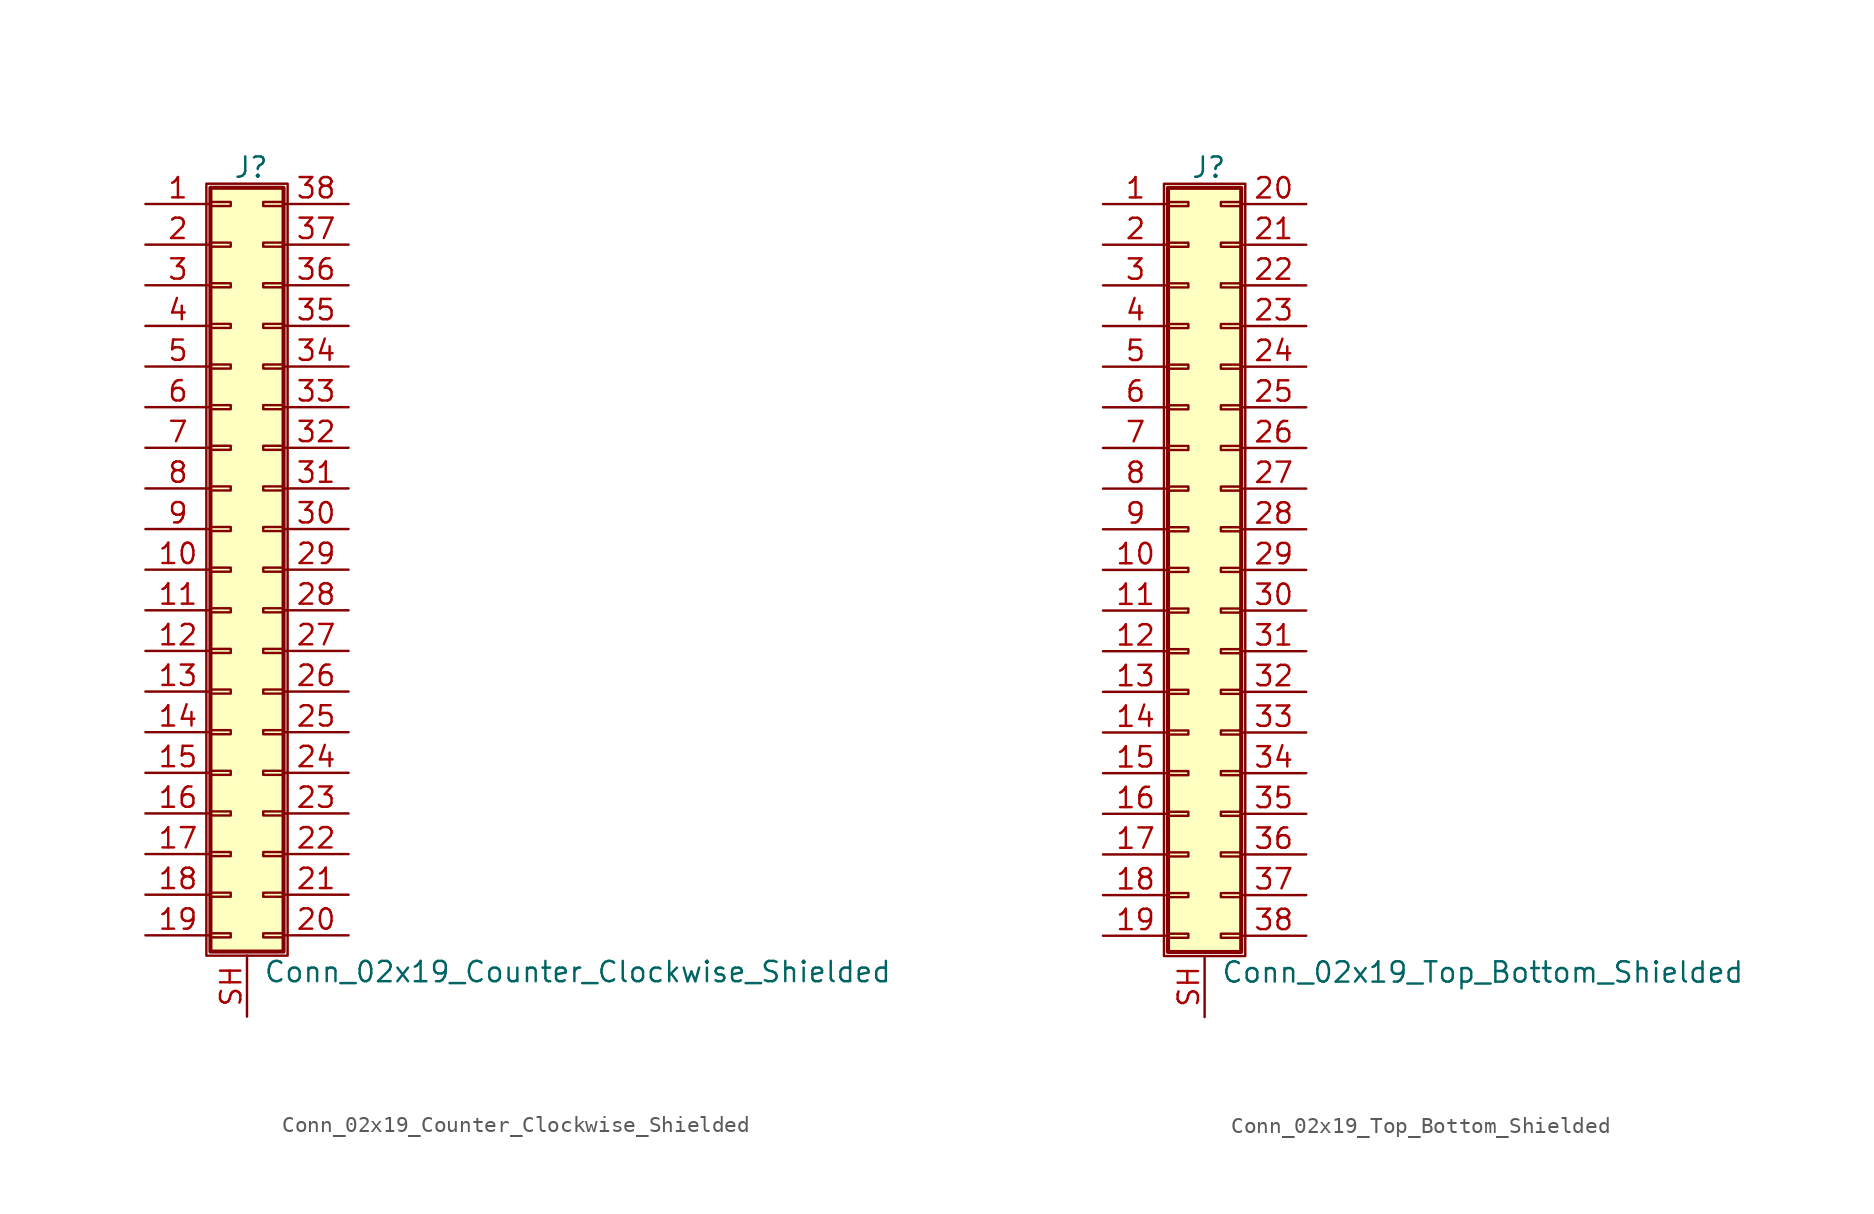
<source format=kicad_sym>
(kicad_symbol_lib
  (version 20201005)
  (generator kicad_symbol_editor)
  (symbol "Connector_Generic_Shielded:Conn_02x19_Counter_Clockwise_Shielded"
    (pin_names
      (offset 1.016) hide)
    (property "Reference" "J"
      (at 1.524 25.146 0)
      (effects (font (size 1.27 1.27))))
    (property "Value" "Conn_02x19_Counter_Clockwise_Shielded"
      (at 2.286 -25.146 0)
      (effects (font (size 1.27 1.27)) (justify left)))
    (symbol "Conn_02x19_Counter_Clockwise_Shielded_1_1"
      (rectangle (start -1.016 -4.953) (end 0.254 -5.207) (stroke (width 0.152)) (fill (type none)))
      (rectangle (start -1.016 -7.493) (end 0.254 -7.747) (stroke (width 0.152)) (fill (type none)))
      (rectangle (start -1.016 -10.033) (end 0.254 -10.287) (stroke (width 0.152)) (fill (type none)))
      (rectangle (start -1.016 -12.573) (end 0.254 -12.827) (stroke (width 0.152)) (fill (type none)))
      (rectangle (start -1.016 -15.113) (end 0.254 -15.367) (stroke (width 0.152)) (fill (type none)))
      (rectangle (start -1.016 -17.653) (end 0.254 -17.907) (stroke (width 0.152)) (fill (type none)))
      (rectangle (start -1.016 -20.193) (end 0.254 -20.447) (stroke (width 0.152)) (fill (type none)))
      (rectangle (start -1.016 -22.733) (end 0.254 -22.987) (stroke (width 0.152)) (fill (type none)))
      (rectangle (start -1.016 -2.413) (end 0.254 -2.667) (stroke (width 0.152)) (fill (type none)))
      (rectangle (start -1.016 2.667) (end 0.254 2.413) (stroke (width 0.152)) (fill (type none)))
      (rectangle (start -1.016 5.207) (end 0.254 4.953) (stroke (width 0.152)) (fill (type none)))
      (rectangle (start -1.016 7.747) (end 0.254 7.493) (stroke (width 0.152)) (fill (type none)))
      (rectangle (start -1.016 10.287) (end 0.254 10.033) (stroke (width 0.152)) (fill (type none)))
      (rectangle (start -1.016 0.127) (end 0.254 -0.127) (stroke (width 0.152)) (fill (type none)))
      (rectangle (start -1.016 12.827) (end 0.254 12.573) (stroke (width 0.152)) (fill (type none)))
      (rectangle (start -1.016 15.367) (end 0.254 15.113) (stroke (width 0.152)) (fill (type none)))
      (rectangle (start -1.016 17.907) (end 0.254 17.653) (stroke (width 0.152)) (fill (type none)))
      (rectangle (start -1.016 20.447) (end 0.254 20.193) (stroke (width 0.152)) (fill (type none)))
      (rectangle (start -1.016 22.987) (end 0.254 22.733) (stroke (width 0.152)) (fill (type none)))
      (rectangle (start -1.016 23.876) (end 3.556 -23.876) (stroke (width 0.254)) (fill (type background)))
      (rectangle (start -1.27 24.13) (end 3.81 -24.13) (stroke (width 0.152)) (fill (type none)))
      (rectangle (start 3.556 -4.953) (end 2.286 -5.207) (stroke (width 0.152)) (fill (type none)))
      (rectangle (start 3.556 -7.493) (end 2.286 -7.747) (stroke (width 0.152)) (fill (type none)))
      (rectangle (start 3.556 -10.033) (end 2.286 -10.287) (stroke (width 0.152)) (fill (type none)))
      (rectangle (start 3.556 -12.573) (end 2.286 -12.827) (stroke (width 0.152)) (fill (type none)))
      (rectangle (start 3.556 -15.113) (end 2.286 -15.367) (stroke (width 0.152)) (fill (type none)))
      (rectangle (start 3.556 -17.653) (end 2.286 -17.907) (stroke (width 0.152)) (fill (type none)))
      (rectangle (start 3.556 -20.193) (end 2.286 -20.447) (stroke (width 0.152)) (fill (type none)))
      (rectangle (start 3.556 -22.733) (end 2.286 -22.987) (stroke (width 0.152)) (fill (type none)))
      (rectangle (start 3.556 -2.413) (end 2.286 -2.667) (stroke (width 0.152)) (fill (type none)))
      (rectangle (start 3.556 2.667) (end 2.286 2.413) (stroke (width 0.152)) (fill (type none)))
      (rectangle (start 3.556 5.207) (end 2.286 4.953) (stroke (width 0.152)) (fill (type none)))
      (rectangle (start 3.556 7.747) (end 2.286 7.493) (stroke (width 0.152)) (fill (type none)))
      (rectangle (start 3.556 10.287) (end 2.286 10.033) (stroke (width 0.152)) (fill (type none)))
      (rectangle (start 3.556 0.127) (end 2.286 -0.127) (stroke (width 0.152)) (fill (type none)))
      (rectangle (start 3.556 12.827) (end 2.286 12.573) (stroke (width 0.152)) (fill (type none)))
      (rectangle (start 3.556 15.367) (end 2.286 15.113) (stroke (width 0.152)) (fill (type none)))
      (rectangle (start 3.556 17.907) (end 2.286 17.653) (stroke (width 0.152)) (fill (type none)))
      (rectangle (start 3.556 20.447) (end 2.286 20.193) (stroke (width 0.152)) (fill (type none)))
      (rectangle (start 3.556 22.987) (end 2.286 22.733) (stroke (width 0.152)) (fill (type none)))
      (pin passive line (at -5.08 22.86 0) (length 4.064) (name "Pin_1" (effects (font (size 1.27 1.27)))) (number "1" (effects (font (size 1.27 1.27)))))
      (pin passive line (at -5.08 0 0) (length 4.064) (name "Pin_10" (effects (font (size 1.27 1.27)))) (number "10" (effects (font (size 1.27 1.27)))))
      (pin passive line (at -5.08 -2.54 0) (length 4.064) (name "Pin_11" (effects (font (size 1.27 1.27)))) (number "11" (effects (font (size 1.27 1.27)))))
      (pin passive line (at -5.08 -5.08 0) (length 4.064) (name "Pin_12" (effects (font (size 1.27 1.27)))) (number "12" (effects (font (size 1.27 1.27)))))
      (pin passive line (at -5.08 -7.62 0) (length 4.064) (name "Pin_13" (effects (font (size 1.27 1.27)))) (number "13" (effects (font (size 1.27 1.27)))))
      (pin passive line (at -5.08 -10.16 0) (length 4.064) (name "Pin_14" (effects (font (size 1.27 1.27)))) (number "14" (effects (font (size 1.27 1.27)))))
      (pin passive line (at -5.08 -12.7 0) (length 4.064) (name "Pin_15" (effects (font (size 1.27 1.27)))) (number "15" (effects (font (size 1.27 1.27)))))
      (pin passive line (at -5.08 -15.24 0) (length 4.064) (name "Pin_16" (effects (font (size 1.27 1.27)))) (number "16" (effects (font (size 1.27 1.27)))))
      (pin passive line (at -5.08 -17.78 0) (length 4.064) (name "Pin_17" (effects (font (size 1.27 1.27)))) (number "17" (effects (font (size 1.27 1.27)))))
      (pin passive line (at -5.08 -20.32 0) (length 4.064) (name "Pin_18" (effects (font (size 1.27 1.27)))) (number "18" (effects (font (size 1.27 1.27)))))
      (pin passive line (at -5.08 -22.86 0) (length 4.064) (name "Pin_19" (effects (font (size 1.27 1.27)))) (number "19" (effects (font (size 1.27 1.27)))))
      (pin passive line (at -5.08 20.32 0) (length 4.064) (name "Pin_2" (effects (font (size 1.27 1.27)))) (number "2" (effects (font (size 1.27 1.27)))))
      (pin passive line (at 7.62 -22.86 180) (length 4.064) (name "Pin_20" (effects (font (size 1.27 1.27)))) (number "20" (effects (font (size 1.27 1.27)))))
      (pin passive line (at 7.62 -20.32 180) (length 4.064) (name "Pin_21" (effects (font (size 1.27 1.27)))) (number "21" (effects (font (size 1.27 1.27)))))
      (pin passive line (at 7.62 -17.78 180) (length 4.064) (name "Pin_22" (effects (font (size 1.27 1.27)))) (number "22" (effects (font (size 1.27 1.27)))))
      (pin passive line (at 7.62 -15.24 180) (length 4.064) (name "Pin_23" (effects (font (size 1.27 1.27)))) (number "23" (effects (font (size 1.27 1.27)))))
      (pin passive line (at 7.62 -12.7 180) (length 4.064) (name "Pin_24" (effects (font (size 1.27 1.27)))) (number "24" (effects (font (size 1.27 1.27)))))
      (pin passive line (at 7.62 -10.16 180) (length 4.064) (name "Pin_25" (effects (font (size 1.27 1.27)))) (number "25" (effects (font (size 1.27 1.27)))))
      (pin passive line (at 7.62 -7.62 180) (length 4.064) (name "Pin_26" (effects (font (size 1.27 1.27)))) (number "26" (effects (font (size 1.27 1.27)))))
      (pin passive line (at 7.62 -5.08 180) (length 4.064) (name "Pin_27" (effects (font (size 1.27 1.27)))) (number "27" (effects (font (size 1.27 1.27)))))
      (pin passive line (at 7.62 -2.54 180) (length 4.064) (name "Pin_28" (effects (font (size 1.27 1.27)))) (number "28" (effects (font (size 1.27 1.27)))))
      (pin passive line (at 7.62 0 180) (length 4.064) (name "Pin_29" (effects (font (size 1.27 1.27)))) (number "29" (effects (font (size 1.27 1.27)))))
      (pin passive line (at -5.08 17.78 0) (length 4.064) (name "Pin_3" (effects (font (size 1.27 1.27)))) (number "3" (effects (font (size 1.27 1.27)))))
      (pin passive line (at 7.62 2.54 180) (length 4.064) (name "Pin_30" (effects (font (size 1.27 1.27)))) (number "30" (effects (font (size 1.27 1.27)))))
      (pin passive line (at 7.62 5.08 180) (length 4.064) (name "Pin_31" (effects (font (size 1.27 1.27)))) (number "31" (effects (font (size 1.27 1.27)))))
      (pin passive line (at 7.62 7.62 180) (length 4.064) (name "Pin_32" (effects (font (size 1.27 1.27)))) (number "32" (effects (font (size 1.27 1.27)))))
      (pin passive line (at 7.62 10.16 180) (length 4.064) (name "Pin_33" (effects (font (size 1.27 1.27)))) (number "33" (effects (font (size 1.27 1.27)))))
      (pin passive line (at 7.62 12.7 180) (length 4.064) (name "Pin_34" (effects (font (size 1.27 1.27)))) (number "34" (effects (font (size 1.27 1.27)))))
      (pin passive line (at 7.62 15.24 180) (length 4.064) (name "Pin_35" (effects (font (size 1.27 1.27)))) (number "35" (effects (font (size 1.27 1.27)))))
      (pin passive line (at 7.62 17.78 180) (length 4.064) (name "Pin_36" (effects (font (size 1.27 1.27)))) (number "36" (effects (font (size 1.27 1.27)))))
      (pin passive line (at 7.62 20.32 180) (length 4.064) (name "Pin_37" (effects (font (size 1.27 1.27)))) (number "37" (effects (font (size 1.27 1.27)))))
      (pin passive line (at 7.62 22.86 180) (length 4.064) (name "Pin_38" (effects (font (size 1.27 1.27)))) (number "38" (effects (font (size 1.27 1.27)))))
      (pin passive line (at -5.08 15.24 0) (length 4.064) (name "Pin_4" (effects (font (size 1.27 1.27)))) (number "4" (effects (font (size 1.27 1.27)))))
      (pin passive line (at -5.08 12.7 0) (length 4.064) (name "Pin_5" (effects (font (size 1.27 1.27)))) (number "5" (effects (font (size 1.27 1.27)))))
      (pin passive line (at -5.08 10.16 0) (length 4.064) (name "Pin_6" (effects (font (size 1.27 1.27)))) (number "6" (effects (font (size 1.27 1.27)))))
      (pin passive line (at -5.08 7.62 0) (length 4.064) (name "Pin_7" (effects (font (size 1.27 1.27)))) (number "7" (effects (font (size 1.27 1.27)))))
      (pin passive line (at -5.08 5.08 0) (length 4.064) (name "Pin_8" (effects (font (size 1.27 1.27)))) (number "8" (effects (font (size 1.27 1.27)))))
      (pin passive line (at -5.08 2.54 0) (length 4.064) (name "Pin_9" (effects (font (size 1.27 1.27)))) (number "9" (effects (font (size 1.27 1.27)))))
      (pin passive line (at 1.27 -27.94 90) (length 3.81) (name "Shield" (effects (font (size 1.27 1.27)))) (number "SH" (effects (font (size 1.27 1.27)))))))
  (symbol "Connector_Generic_Shielded:Conn_02x19_Top_Bottom_Shielded"
    (pin_names
      (offset 1.016) hide)
    (property "Reference" "J"
      (at 1.524 25.146 0)
      (effects (font (size 1.27 1.27))))
    (property "Value" "Conn_02x19_Top_Bottom_Shielded"
      (at 2.286 -25.146 0)
      (effects (font (size 1.27 1.27)) (justify left)))
    (symbol "Conn_02x19_Top_Bottom_Shielded_1_1"
      (rectangle (start -1.016 -4.953) (end 0.254 -5.207) (stroke (width 0.152)) (fill (type none)))
      (rectangle (start -1.016 -7.493) (end 0.254 -7.747) (stroke (width 0.152)) (fill (type none)))
      (rectangle (start -1.016 -10.033) (end 0.254 -10.287) (stroke (width 0.152)) (fill (type none)))
      (rectangle (start -1.016 -12.573) (end 0.254 -12.827) (stroke (width 0.152)) (fill (type none)))
      (rectangle (start -1.016 -15.113) (end 0.254 -15.367) (stroke (width 0.152)) (fill (type none)))
      (rectangle (start -1.016 -17.653) (end 0.254 -17.907) (stroke (width 0.152)) (fill (type none)))
      (rectangle (start -1.016 -20.193) (end 0.254 -20.447) (stroke (width 0.152)) (fill (type none)))
      (rectangle (start -1.016 -22.733) (end 0.254 -22.987) (stroke (width 0.152)) (fill (type none)))
      (rectangle (start -1.016 -2.413) (end 0.254 -2.667) (stroke (width 0.152)) (fill (type none)))
      (rectangle (start -1.016 2.667) (end 0.254 2.413) (stroke (width 0.152)) (fill (type none)))
      (rectangle (start -1.016 5.207) (end 0.254 4.953) (stroke (width 0.152)) (fill (type none)))
      (rectangle (start -1.016 7.747) (end 0.254 7.493) (stroke (width 0.152)) (fill (type none)))
      (rectangle (start -1.016 10.287) (end 0.254 10.033) (stroke (width 0.152)) (fill (type none)))
      (rectangle (start -1.016 0.127) (end 0.254 -0.127) (stroke (width 0.152)) (fill (type none)))
      (rectangle (start -1.016 12.827) (end 0.254 12.573) (stroke (width 0.152)) (fill (type none)))
      (rectangle (start -1.016 15.367) (end 0.254 15.113) (stroke (width 0.152)) (fill (type none)))
      (rectangle (start -1.016 17.907) (end 0.254 17.653) (stroke (width 0.152)) (fill (type none)))
      (rectangle (start -1.016 20.447) (end 0.254 20.193) (stroke (width 0.152)) (fill (type none)))
      (rectangle (start -1.016 22.987) (end 0.254 22.733) (stroke (width 0.152)) (fill (type none)))
      (rectangle (start -1.016 23.876) (end 3.556 -23.876) (stroke (width 0.254)) (fill (type background)))
      (rectangle (start -1.27 24.13) (end 3.81 -24.13) (stroke (width 0.152)) (fill (type none)))
      (rectangle (start 3.556 -4.953) (end 2.286 -5.207) (stroke (width 0.152)) (fill (type none)))
      (rectangle (start 3.556 -7.493) (end 2.286 -7.747) (stroke (width 0.152)) (fill (type none)))
      (rectangle (start 3.556 -10.033) (end 2.286 -10.287) (stroke (width 0.152)) (fill (type none)))
      (rectangle (start 3.556 -12.573) (end 2.286 -12.827) (stroke (width 0.152)) (fill (type none)))
      (rectangle (start 3.556 -15.113) (end 2.286 -15.367) (stroke (width 0.152)) (fill (type none)))
      (rectangle (start 3.556 -17.653) (end 2.286 -17.907) (stroke (width 0.152)) (fill (type none)))
      (rectangle (start 3.556 -20.193) (end 2.286 -20.447) (stroke (width 0.152)) (fill (type none)))
      (rectangle (start 3.556 -22.733) (end 2.286 -22.987) (stroke (width 0.152)) (fill (type none)))
      (rectangle (start 3.556 -2.413) (end 2.286 -2.667) (stroke (width 0.152)) (fill (type none)))
      (rectangle (start 3.556 2.667) (end 2.286 2.413) (stroke (width 0.152)) (fill (type none)))
      (rectangle (start 3.556 5.207) (end 2.286 4.953) (stroke (width 0.152)) (fill (type none)))
      (rectangle (start 3.556 7.747) (end 2.286 7.493) (stroke (width 0.152)) (fill (type none)))
      (rectangle (start 3.556 10.287) (end 2.286 10.033) (stroke (width 0.152)) (fill (type none)))
      (rectangle (start 3.556 0.127) (end 2.286 -0.127) (stroke (width 0.152)) (fill (type none)))
      (rectangle (start 3.556 12.827) (end 2.286 12.573) (stroke (width 0.152)) (fill (type none)))
      (rectangle (start 3.556 15.367) (end 2.286 15.113) (stroke (width 0.152)) (fill (type none)))
      (rectangle (start 3.556 17.907) (end 2.286 17.653) (stroke (width 0.152)) (fill (type none)))
      (rectangle (start 3.556 20.447) (end 2.286 20.193) (stroke (width 0.152)) (fill (type none)))
      (rectangle (start 3.556 22.987) (end 2.286 22.733) (stroke (width 0.152)) (fill (type none)))
      (pin passive line (at -5.08 22.86 0) (length 4.064) (name "Pin_1" (effects (font (size 1.27 1.27)))) (number "1" (effects (font (size 1.27 1.27)))))
      (pin passive line (at -5.08 0 0) (length 4.064) (name "Pin_10" (effects (font (size 1.27 1.27)))) (number "10" (effects (font (size 1.27 1.27)))))
      (pin passive line (at -5.08 -2.54 0) (length 4.064) (name "Pin_11" (effects (font (size 1.27 1.27)))) (number "11" (effects (font (size 1.27 1.27)))))
      (pin passive line (at -5.08 -5.08 0) (length 4.064) (name "Pin_12" (effects (font (size 1.27 1.27)))) (number "12" (effects (font (size 1.27 1.27)))))
      (pin passive line (at -5.08 -7.62 0) (length 4.064) (name "Pin_13" (effects (font (size 1.27 1.27)))) (number "13" (effects (font (size 1.27 1.27)))))
      (pin passive line (at -5.08 -10.16 0) (length 4.064) (name "Pin_14" (effects (font (size 1.27 1.27)))) (number "14" (effects (font (size 1.27 1.27)))))
      (pin passive line (at -5.08 -12.7 0) (length 4.064) (name "Pin_15" (effects (font (size 1.27 1.27)))) (number "15" (effects (font (size 1.27 1.27)))))
      (pin passive line (at -5.08 -15.24 0) (length 4.064) (name "Pin_16" (effects (font (size 1.27 1.27)))) (number "16" (effects (font (size 1.27 1.27)))))
      (pin passive line (at -5.08 -17.78 0) (length 4.064) (name "Pin_17" (effects (font (size 1.27 1.27)))) (number "17" (effects (font (size 1.27 1.27)))))
      (pin passive line (at -5.08 -20.32 0) (length 4.064) (name "Pin_18" (effects (font (size 1.27 1.27)))) (number "18" (effects (font (size 1.27 1.27)))))
      (pin passive line (at -5.08 -22.86 0) (length 4.064) (name "Pin_19" (effects (font (size 1.27 1.27)))) (number "19" (effects (font (size 1.27 1.27)))))
      (pin passive line (at -5.08 20.32 0) (length 4.064) (name "Pin_2" (effects (font (size 1.27 1.27)))) (number "2" (effects (font (size 1.27 1.27)))))
      (pin passive line (at 7.62 22.86 180) (length 4.064) (name "Pin_20" (effects (font (size 1.27 1.27)))) (number "20" (effects (font (size 1.27 1.27)))))
      (pin passive line (at 7.62 20.32 180) (length 4.064) (name "Pin_21" (effects (font (size 1.27 1.27)))) (number "21" (effects (font (size 1.27 1.27)))))
      (pin passive line (at 7.62 17.78 180) (length 4.064) (name "Pin_22" (effects (font (size 1.27 1.27)))) (number "22" (effects (font (size 1.27 1.27)))))
      (pin passive line (at 7.62 15.24 180) (length 4.064) (name "Pin_23" (effects (font (size 1.27 1.27)))) (number "23" (effects (font (size 1.27 1.27)))))
      (pin passive line (at 7.62 12.7 180) (length 4.064) (name "Pin_24" (effects (font (size 1.27 1.27)))) (number "24" (effects (font (size 1.27 1.27)))))
      (pin passive line (at 7.62 10.16 180) (length 4.064) (name "Pin_25" (effects (font (size 1.27 1.27)))) (number "25" (effects (font (size 1.27 1.27)))))
      (pin passive line (at 7.62 7.62 180) (length 4.064) (name "Pin_26" (effects (font (size 1.27 1.27)))) (number "26" (effects (font (size 1.27 1.27)))))
      (pin passive line (at 7.62 5.08 180) (length 4.064) (name "Pin_27" (effects (font (size 1.27 1.27)))) (number "27" (effects (font (size 1.27 1.27)))))
      (pin passive line (at 7.62 2.54 180) (length 4.064) (name "Pin_28" (effects (font (size 1.27 1.27)))) (number "28" (effects (font (size 1.27 1.27)))))
      (pin passive line (at 7.62 0 180) (length 4.064) (name "Pin_29" (effects (font (size 1.27 1.27)))) (number "29" (effects (font (size 1.27 1.27)))))
      (pin passive line (at -5.08 17.78 0) (length 4.064) (name "Pin_3" (effects (font (size 1.27 1.27)))) (number "3" (effects (font (size 1.27 1.27)))))
      (pin passive line (at 7.62 -2.54 180) (length 4.064) (name "Pin_30" (effects (font (size 1.27 1.27)))) (number "30" (effects (font (size 1.27 1.27)))))
      (pin passive line (at 7.62 -5.08 180) (length 4.064) (name "Pin_31" (effects (font (size 1.27 1.27)))) (number "31" (effects (font (size 1.27 1.27)))))
      (pin passive line (at 7.62 -7.62 180) (length 4.064) (name "Pin_32" (effects (font (size 1.27 1.27)))) (number "32" (effects (font (size 1.27 1.27)))))
      (pin passive line (at 7.62 -10.16 180) (length 4.064) (name "Pin_33" (effects (font (size 1.27 1.27)))) (number "33" (effects (font (size 1.27 1.27)))))
      (pin passive line (at 7.62 -12.7 180) (length 4.064) (name "Pin_34" (effects (font (size 1.27 1.27)))) (number "34" (effects (font (size 1.27 1.27)))))
      (pin passive line (at 7.62 -15.24 180) (length 4.064) (name "Pin_35" (effects (font (size 1.27 1.27)))) (number "35" (effects (font (size 1.27 1.27)))))
      (pin passive line (at 7.62 -17.78 180) (length 4.064) (name "Pin_36" (effects (font (size 1.27 1.27)))) (number "36" (effects (font (size 1.27 1.27)))))
      (pin passive line (at 7.62 -20.32 180) (length 4.064) (name "Pin_37" (effects (font (size 1.27 1.27)))) (number "37" (effects (font (size 1.27 1.27)))))
      (pin passive line (at 7.62 -22.86 180) (length 4.064) (name "Pin_38" (effects (font (size 1.27 1.27)))) (number "38" (effects (font (size 1.27 1.27)))))
      (pin passive line (at -5.08 15.24 0) (length 4.064) (name "Pin_4" (effects (font (size 1.27 1.27)))) (number "4" (effects (font (size 1.27 1.27)))))
      (pin passive line (at -5.08 12.7 0) (length 4.064) (name "Pin_5" (effects (font (size 1.27 1.27)))) (number "5" (effects (font (size 1.27 1.27)))))
      (pin passive line (at -5.08 10.16 0) (length 4.064) (name "Pin_6" (effects (font (size 1.27 1.27)))) (number "6" (effects (font (size 1.27 1.27)))))
      (pin passive line (at -5.08 7.62 0) (length 4.064) (name "Pin_7" (effects (font (size 1.27 1.27)))) (number "7" (effects (font (size 1.27 1.27)))))
      (pin passive line (at -5.08 5.08 0) (length 4.064) (name "Pin_8" (effects (font (size 1.27 1.27)))) (number "8" (effects (font (size 1.27 1.27)))))
      (pin passive line (at -5.08 2.54 0) (length 4.064) (name "Pin_9" (effects (font (size 1.27 1.27)))) (number "9" (effects (font (size 1.27 1.27)))))
      (pin passive line (at 1.27 -27.94 90) (length 3.81) (name "Shield" (effects (font (size 1.27 1.27)))) (number "SH" (effects (font (size 1.27 1.27))))))))
</source>
